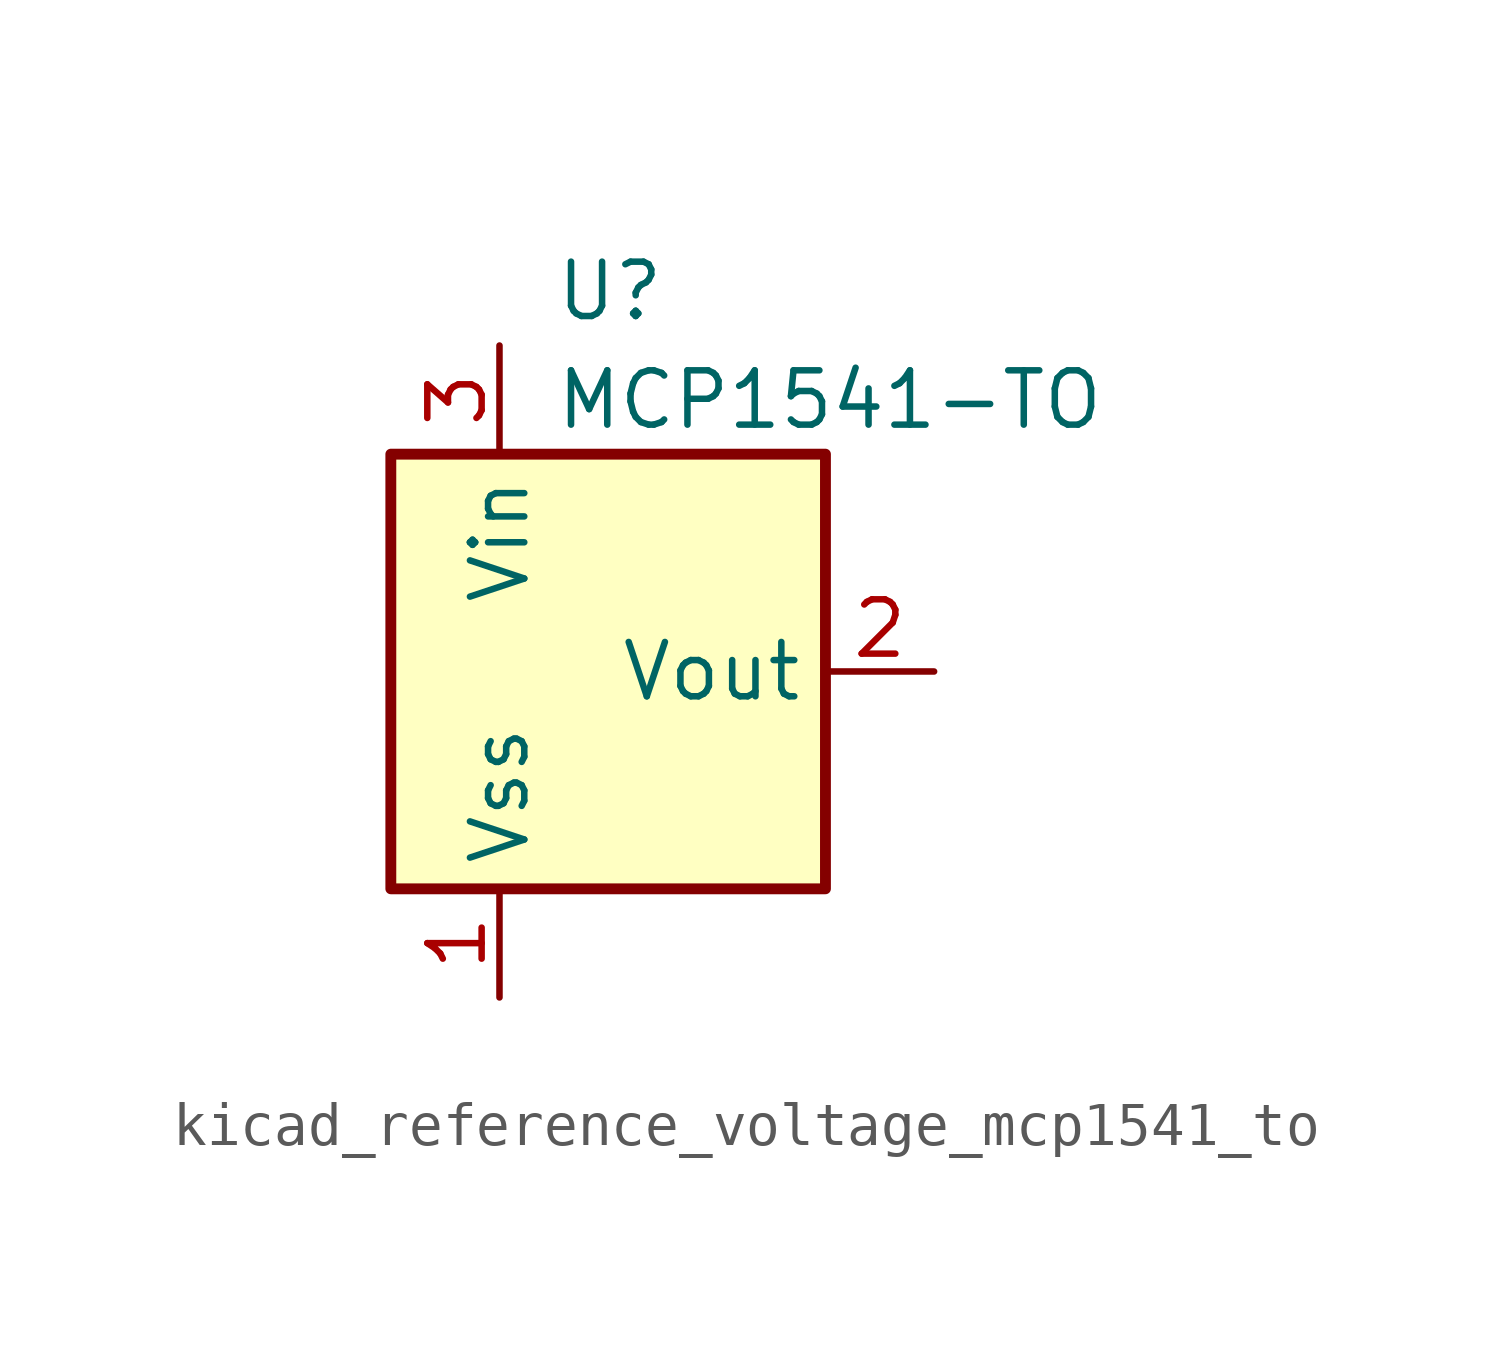
<source format=kicad_sym>
(kicad_symbol_lib
  (version 20220914)
  (generator kicad_symbol_editor)
  (symbol "kicad_reference_voltage_mcp1541_to"
    (property "Reference" "U"
      (at 1.27 8.89 0)
      (effects (font (size 1.27 1.27)) (justify left)))
    (property "Value" "MCP1541-TO"
      (at 1.27 6.35 0)
      (effects (font (size 1.27 1.27)) (justify left)))
    (symbol "kicad_reference_voltage_mcp1541_to_0_1"
      (rectangle (start -2.54 5.08) (end 7.62 -5.08) (stroke (width 0.254) (type default)) (fill (type background))))
    (symbol "kicad_reference_voltage_mcp1541_to_1_1"
      (pin power_in line (at 0 -7.62 90) (length 2.54) (name "Vss" (effects (font (size 1.27 1.27)))) (number "1" (effects (font (size 1.27 1.27)))))
      (pin power_out line (at 10.16 0 180) (length 2.54) (name "Vout" (effects (font (size 1.27 1.27)))) (number "2" (effects (font (size 1.27 1.27)))))
      (pin power_in line (at 0 7.62 270) (length 2.54) (name "Vin" (effects (font (size 1.27 1.27)))) (number "3" (effects (font (size 1.27 1.27))))))))
</source>
